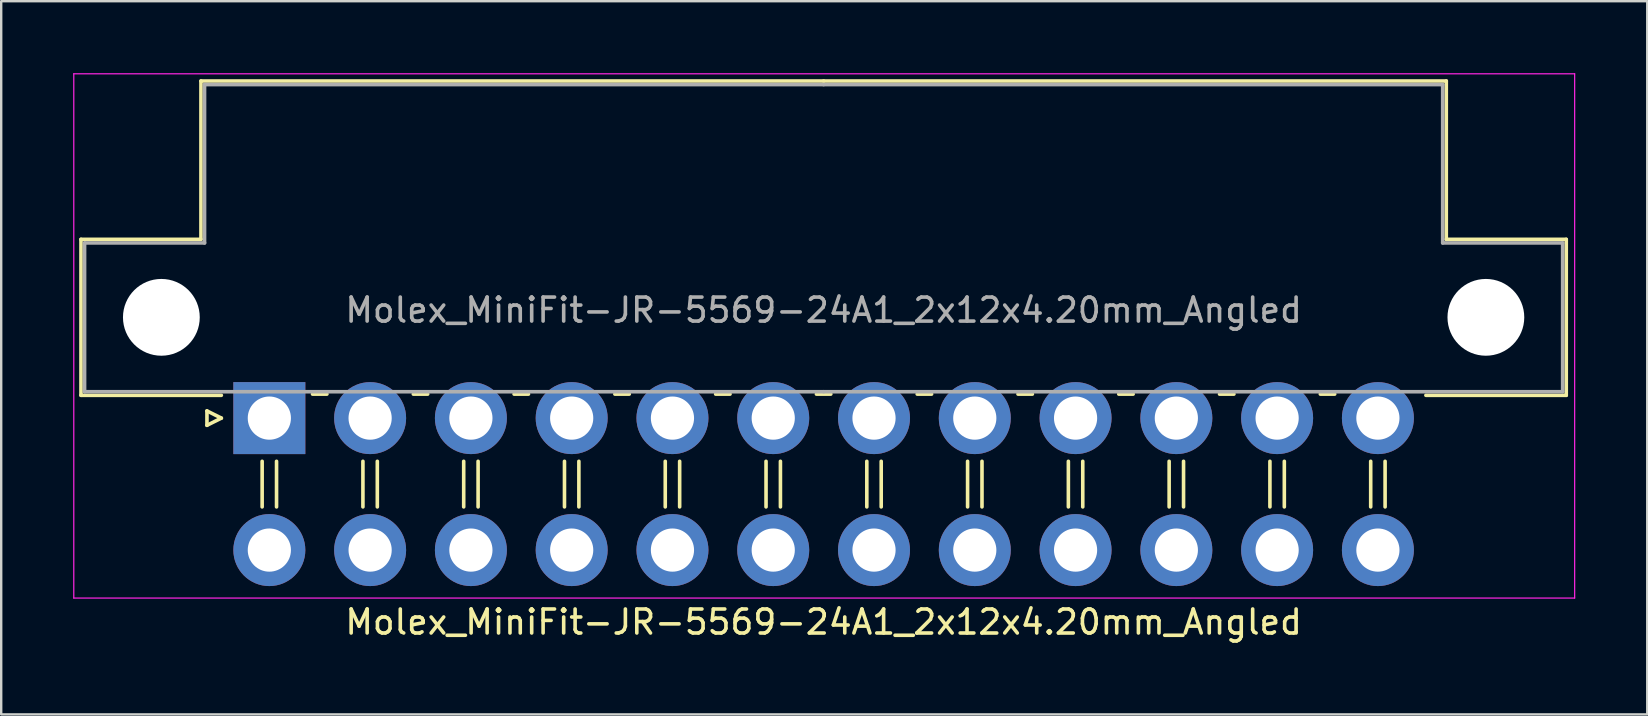
<source format=kicad_pcb>
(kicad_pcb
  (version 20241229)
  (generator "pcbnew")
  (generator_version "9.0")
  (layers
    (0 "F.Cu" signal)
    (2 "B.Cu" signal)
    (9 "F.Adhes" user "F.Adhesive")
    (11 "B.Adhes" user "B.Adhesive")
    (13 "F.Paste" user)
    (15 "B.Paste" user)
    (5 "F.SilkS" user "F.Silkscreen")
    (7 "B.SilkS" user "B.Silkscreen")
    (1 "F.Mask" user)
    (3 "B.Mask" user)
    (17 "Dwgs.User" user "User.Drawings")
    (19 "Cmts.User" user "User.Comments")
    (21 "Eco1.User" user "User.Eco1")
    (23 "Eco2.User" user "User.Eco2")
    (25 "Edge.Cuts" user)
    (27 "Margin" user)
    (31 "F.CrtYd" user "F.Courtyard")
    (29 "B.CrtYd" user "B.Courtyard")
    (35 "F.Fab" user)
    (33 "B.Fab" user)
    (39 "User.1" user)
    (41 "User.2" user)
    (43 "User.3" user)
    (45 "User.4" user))
  (footprint "Molex_MiniFit-JR-5569-24A1_2x12x4.20mm_Angled"
    (layer "F.Cu")
    (at 8.175 14.375)
    (property "Reference" "Molex_MiniFit-JR-5569-24A1_2x12x4.20mm_Angled" (at 23.1 8.5 0) (layer "F.SilkS") (effects (font (size 1 1) (thickness 0.15))))
    (attr through_hole)
    (fp_line (start -7.85 -7.45) (end -7.85 -0.95) (stroke (width 0.15) (type solid)) (layer "F.SilkS"))
    (fp_line (start -7.85 -0.95) (end -2 -0.95) (stroke (width 0.15) (type solid)) (layer "F.SilkS"))
    (fp_line (start -2.85 -14.05) (end -2.85 -7.45) (stroke (width 0.15) (type solid)) (layer "F.SilkS"))
    (fp_line (start -2.85 -7.45) (end -7.85 -7.45) (stroke (width 0.15) (type solid)) (layer "F.SilkS"))
    (fp_line (start -2.6 -0.3) (end -2 0) (stroke (width 0.15) (type solid)) (layer "F.SilkS"))
    (fp_line (start -2.6 0.3) (end -2.6 -0.3) (stroke (width 0.15) (type solid)) (layer "F.SilkS"))
    (fp_line (start -2 0) (end -2.6 0.3) (stroke (width 0.15) (type solid)) (layer "F.SilkS"))
    (fp_line (start -0.3 1.8) (end -0.3 3.7) (stroke (width 0.15) (type solid)) (layer "F.SilkS"))
    (fp_line (start 0.3 1.8) (end 0.3 3.7) (stroke (width 0.15) (type solid)) (layer "F.SilkS"))
    (fp_line (start 1.8 -1) (end 2.4 -1) (stroke (width 0.15) (type solid)) (layer "F.SilkS"))
    (fp_line (start 3.9 1.8) (end 3.9 3.7) (stroke (width 0.15) (type solid)) (layer "F.SilkS"))
    (fp_line (start 4.5 1.8) (end 4.5 3.7) (stroke (width 0.15) (type solid)) (layer "F.SilkS"))
    (fp_line (start 6 -1) (end 6.6 -1) (stroke (width 0.15) (type solid)) (layer "F.SilkS"))
    (fp_line (start 8.1 1.8) (end 8.1 3.7) (stroke (width 0.15) (type solid)) (layer "F.SilkS"))
    (fp_line (start 8.7 1.8) (end 8.7 3.7) (stroke (width 0.15) (type solid)) (layer "F.SilkS"))
    (fp_line (start 10.2 -1) (end 10.8 -1) (stroke (width 0.15) (type solid)) (layer "F.SilkS"))
    (fp_line (start 12.3 1.8) (end 12.3 3.7) (stroke (width 0.15) (type solid)) (layer "F.SilkS"))
    (fp_line (start 12.9 1.8) (end 12.9 3.7) (stroke (width 0.15) (type solid)) (layer "F.SilkS"))
    (fp_line (start 14.4 -1) (end 15 -1) (stroke (width 0.15) (type solid)) (layer "F.SilkS"))
    (fp_line (start 16.5 1.8) (end 16.5 3.7) (stroke (width 0.15) (type solid)) (layer "F.SilkS"))
    (fp_line (start 17.1 1.8) (end 17.1 3.7) (stroke (width 0.15) (type solid)) (layer "F.SilkS"))
    (fp_line (start 18.6 -1) (end 19.2 -1) (stroke (width 0.15) (type solid)) (layer "F.SilkS"))
    (fp_line (start 20.7 1.8) (end 20.7 3.7) (stroke (width 0.15) (type solid)) (layer "F.SilkS"))
    (fp_line (start 21.3 1.8) (end 21.3 3.7) (stroke (width 0.15) (type solid)) (layer "F.SilkS"))
    (fp_line (start 22.8 -1) (end 23.4 -1) (stroke (width 0.15) (type solid)) (layer "F.SilkS"))
    (fp_line (start 23.1 -14.05) (end -2.85 -14.05) (stroke (width 0.15) (type solid)) (layer "F.SilkS"))
    (fp_line (start 23.1 -14.05) (end 49.05 -14.05) (stroke (width 0.15) (type solid)) (layer "F.SilkS"))
    (fp_line (start 24.9 1.8) (end 24.9 3.7) (stroke (width 0.15) (type solid)) (layer "F.SilkS"))
    (fp_line (start 25.5 1.8) (end 25.5 3.7) (stroke (width 0.15) (type solid)) (layer "F.SilkS"))
    (fp_line (start 27 -1) (end 27.6 -1) (stroke (width 0.15) (type solid)) (layer "F.SilkS"))
    (fp_line (start 29.1 1.8) (end 29.1 3.7) (stroke (width 0.15) (type solid)) (layer "F.SilkS"))
    (fp_line (start 29.7 1.8) (end 29.7 3.7) (stroke (width 0.15) (type solid)) (layer "F.SilkS"))
    (fp_line (start 31.2 -1) (end 31.8 -1) (stroke (width 0.15) (type solid)) (layer "F.SilkS"))
    (fp_line (start 33.3 1.8) (end 33.3 3.7) (stroke (width 0.15) (type solid)) (layer "F.SilkS"))
    (fp_line (start 33.9 1.8) (end 33.9 3.7) (stroke (width 0.15) (type solid)) (layer "F.SilkS"))
    (fp_line (start 35.4 -1) (end 36 -1) (stroke (width 0.15) (type solid)) (layer "F.SilkS"))
    (fp_line (start 37.5 1.8) (end 37.5 3.7) (stroke (width 0.15) (type solid)) (layer "F.SilkS"))
    (fp_line (start 38.1 1.8) (end 38.1 3.7) (stroke (width 0.15) (type solid)) (layer "F.SilkS"))
    (fp_line (start 39.6 -1) (end 40.2 -1) (stroke (width 0.15) (type solid)) (layer "F.SilkS"))
    (fp_line (start 41.7 1.8) (end 41.7 3.7) (stroke (width 0.15) (type solid)) (layer "F.SilkS"))
    (fp_line (start 42.3 1.8) (end 42.3 3.7) (stroke (width 0.15) (type solid)) (layer "F.SilkS"))
    (fp_line (start 43.8 -1) (end 44.4 -1) (stroke (width 0.15) (type solid)) (layer "F.SilkS"))
    (fp_line (start 45.9 1.8) (end 45.9 3.7) (stroke (width 0.15) (type solid)) (layer "F.SilkS"))
    (fp_line (start 46.5 1.8) (end 46.5 3.7) (stroke (width 0.15) (type solid)) (layer "F.SilkS"))
    (fp_line (start 49.05 -14.05) (end 49.05 -7.45) (stroke (width 0.15) (type solid)) (layer "F.SilkS"))
    (fp_line (start 49.05 -7.45) (end 54.05 -7.45) (stroke (width 0.15) (type solid)) (layer "F.SilkS"))
    (fp_line (start 54.05 -7.45) (end 54.05 -0.95) (stroke (width 0.15) (type solid)) (layer "F.SilkS"))
    (fp_line (start 54.05 -0.95) (end 48.2 -0.95) (stroke (width 0.15) (type solid)) (layer "F.SilkS"))
    (fp_line (start -8.15 -14.35) (end -8.15 7.5) (stroke (width 0.05) (type solid)) (layer "F.CrtYd"))
    (fp_line (start -8.15 7.5) (end 54.4 7.5) (stroke (width 0.05) (type solid)) (layer "F.CrtYd"))
    (fp_line (start 54.4 -14.35) (end -8.15 -14.35) (stroke (width 0.05) (type solid)) (layer "F.CrtYd"))
    (fp_line (start 54.4 7.5) (end 54.4 -14.35) (stroke (width 0.05) (type solid)) (layer "F.CrtYd"))
    (fp_line (start -7.7 -7.3) (end -7.7 -1.1) (stroke (width 0.15) (type solid)) (layer "F.Fab"))
    (fp_line (start -7.7 -1.1) (end 23.1 -1.1) (stroke (width 0.15) (type solid)) (layer "F.Fab"))
    (fp_line (start -2.7 -13.9) (end -2.7 -7.3) (stroke (width 0.15) (type solid)) (layer "F.Fab"))
    (fp_line (start -2.7 -7.3) (end -7.7 -7.3) (stroke (width 0.15) (type solid)) (layer "F.Fab"))
    (fp_line (start 23.1 -13.9) (end -2.7 -13.9) (stroke (width 0.15) (type solid)) (layer "F.Fab"))
    (fp_line (start 23.1 -13.9) (end 48.9 -13.9) (stroke (width 0.15) (type solid)) (layer "F.Fab"))
    (fp_line (start 48.9 -13.9) (end 48.9 -7.3) (stroke (width 0.15) (type solid)) (layer "F.Fab"))
    (fp_line (start 48.9 -7.3) (end 53.9 -7.3) (stroke (width 0.15) (type solid)) (layer "F.Fab"))
    (fp_line (start 53.9 -7.3) (end 53.9 -1.1) (stroke (width 0.15) (type solid)) (layer "F.Fab"))
    (fp_line (start 53.9 -1.1) (end 23.1 -1.1) (stroke (width 0.15) (type solid)) (layer "F.Fab"))
    (fp_text user "${REFERENCE}" (at 23.1 -4.5 0) (layer "F.Fab") (effects (font (size 1 1) (thickness 0.15))))
    (pad "" np_thru_hole circle (at -4.5 -4.2) (size 3.2 3.2) (drill 3.2) (layers "*.Cu"))
    (pad "" np_thru_hole circle (at 50.7 -4.2) (size 3.2 3.2) (drill 3.2) (layers "*.Cu"))
    (pad "1" thru_hole rect (at 0 0) (size 3 3) (drill 1.8) (layers "*.Cu" "*.Mask"))
    (pad "2" thru_hole circle (at 4.2 0) (size 3 3) (drill 1.8) (layers "*.Cu" "*.Mask"))
    (pad "3" thru_hole circle (at 8.4 0) (size 3 3) (drill 1.8) (layers "*.Cu" "*.Mask"))
    (pad "4" thru_hole circle (at 12.6 0) (size 3 3) (drill 1.8) (layers "*.Cu" "*.Mask"))
    (pad "5" thru_hole circle (at 16.8 0) (size 3 3) (drill 1.8) (layers "*.Cu" "*.Mask"))
    (pad "6" thru_hole circle (at 21 0) (size 3 3) (drill 1.8) (layers "*.Cu" "*.Mask"))
    (pad "7" thru_hole circle (at 25.2 0) (size 3 3) (drill 1.8) (layers "*.Cu" "*.Mask"))
    (pad "8" thru_hole circle (at 29.4 0) (size 3 3) (drill 1.8) (layers "*.Cu" "*.Mask"))
    (pad "9" thru_hole circle (at 33.6 0) (size 3 3) (drill 1.8) (layers "*.Cu" "*.Mask"))
    (pad "10" thru_hole circle (at 37.8 0) (size 3 3) (drill 1.8) (layers "*.Cu" "*.Mask"))
    (pad "11" thru_hole circle (at 42 0) (size 3 3) (drill 1.8) (layers "*.Cu" "*.Mask"))
    (pad "12" thru_hole circle (at 46.2 0) (size 3 3) (drill 1.8) (layers "*.Cu" "*.Mask"))
    (pad "13" thru_hole circle (at 0 5.5) (size 3 3) (drill 1.8) (layers "*.Cu" "*.Mask"))
    (pad "14" thru_hole circle (at 4.2 5.5) (size 3 3) (drill 1.8) (layers "*.Cu" "*.Mask"))
    (pad "15" thru_hole circle (at 8.4 5.5) (size 3 3) (drill 1.8) (layers "*.Cu" "*.Mask"))
    (pad "16" thru_hole circle (at 12.6 5.5) (size 3 3) (drill 1.8) (layers "*.Cu" "*.Mask"))
    (pad "17" thru_hole circle (at 16.8 5.5) (size 3 3) (drill 1.8) (layers "*.Cu" "*.Mask"))
    (pad "18" thru_hole circle (at 21 5.5) (size 3 3) (drill 1.8) (layers "*.Cu" "*.Mask"))
    (pad "19" thru_hole circle (at 25.2 5.5) (size 3 3) (drill 1.8) (layers "*.Cu" "*.Mask"))
    (pad "20" thru_hole circle (at 29.4 5.5) (size 3 3) (drill 1.8) (layers "*.Cu" "*.Mask"))
    (pad "21" thru_hole circle (at 33.6 5.5) (size 3 3) (drill 1.8) (layers "*.Cu" "*.Mask"))
    (pad "22" thru_hole circle (at 37.8 5.5) (size 3 3) (drill 1.8) (layers "*.Cu" "*.Mask"))
    (pad "23" thru_hole circle (at 42 5.5) (size 3 3) (drill 1.8) (layers "*.Cu" "*.Mask"))
    (pad "24" thru_hole circle (at 46.2 5.5) (size 3 3) (drill 1.8) (layers "*.Cu" "*.Mask")))
  (gr_rect
    (start -3 -3)
    (end 65.6 26.723)
    (stroke (width 0.1) (type default))
    (fill no)
    (layer "Edge.Cuts")))
</source>
